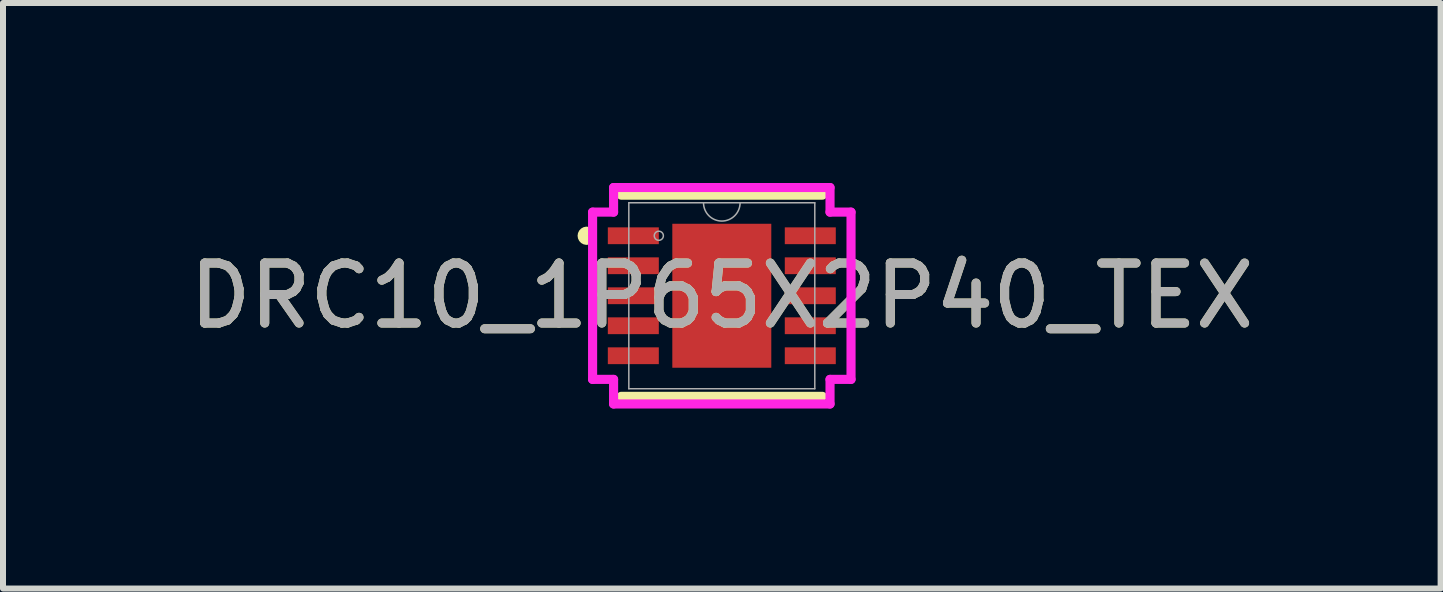
<source format=kicad_pcb>
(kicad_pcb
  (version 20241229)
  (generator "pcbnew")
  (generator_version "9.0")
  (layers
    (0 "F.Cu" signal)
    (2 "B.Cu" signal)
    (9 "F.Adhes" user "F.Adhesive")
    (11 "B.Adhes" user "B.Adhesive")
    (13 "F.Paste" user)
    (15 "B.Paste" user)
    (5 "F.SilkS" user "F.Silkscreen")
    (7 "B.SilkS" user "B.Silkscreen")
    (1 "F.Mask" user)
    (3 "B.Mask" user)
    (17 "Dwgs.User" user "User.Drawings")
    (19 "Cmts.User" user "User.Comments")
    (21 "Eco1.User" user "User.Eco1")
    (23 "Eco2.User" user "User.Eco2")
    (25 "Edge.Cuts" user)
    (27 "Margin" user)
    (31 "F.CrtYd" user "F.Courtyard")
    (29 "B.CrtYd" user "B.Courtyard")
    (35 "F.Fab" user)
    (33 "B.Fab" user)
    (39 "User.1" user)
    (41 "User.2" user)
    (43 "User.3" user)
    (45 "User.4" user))
  (footprint "DRC10_1P65X2P40_TEX"
    (layer "F.Cu")
    (at 8.982 1.88)
    (property "Reference" "DRC10_1P65X2P40_TEX" (at 0 0 0) (unlocked yes) (layer "F.SilkS") (effects (font (size 1 1) (thickness 0.15))))
    (attr smd)
    (fp_poly (pts (xy -0.888 -1.264) (xy -0.594 -1.264) (xy -0.594 1.264) (xy -0.888 1.264)) (stroke (width 0) (type solid)) (fill yes) (layer "F.Mask"))
    (fp_poly (pts (xy -0.888 -1.264) (xy 0.888 -1.264) (xy 0.888 -0.987) (xy -0.888 -0.987)) (stroke (width 0) (type solid)) (fill yes) (layer "F.Mask"))
    (fp_poly (pts (xy -0.888 -0.587) (xy 0.888 -0.587) (xy 0.888 -0.2) (xy -0.888 -0.2)) (stroke (width 0) (type solid)) (fill yes) (layer "F.Mask"))
    (fp_poly (pts (xy -0.888 0.2) (xy 0.888 0.2) (xy 0.888 0.587) (xy -0.888 0.587)) (stroke (width 0) (type solid)) (fill yes) (layer "F.Mask"))
    (fp_poly (pts (xy -0.888 0.987) (xy 0.888 0.987) (xy 0.888 1.264) (xy -0.888 1.264)) (stroke (width 0) (type solid)) (fill yes) (layer "F.Mask"))
    (fp_poly (pts (xy 0.194 -1.264) (xy -0.194 -1.264) (xy -0.194 1.264) (xy 0.194 1.264)) (stroke (width 0) (type solid)) (fill yes) (layer "F.Mask"))
    (fp_poly (pts (xy 0.594 -1.264) (xy 0.888 -1.264) (xy 0.888 1.264) (xy 0.594 1.264)) (stroke (width 0) (type solid)) (fill yes) (layer "F.Mask"))
    (fp_line (start -1.677 1.677) (end 1.677 1.677) (stroke (width 0.152) (type solid)) (layer "F.SilkS"))
    (fp_line (start 1.677 -1.677) (end -1.677 -1.677) (stroke (width 0.152) (type solid)) (layer "F.SilkS"))
    (fp_arc (start -2.232741 -0.926171) (mid -2.3278 -1) (end -2.232741 -1.073829) (stroke (width 0.1524) (type solid)) (layer "F.SilkS"))
    (fp_poly (pts (xy -0.75 -1.125) (xy -0.75 -0.887) (xy -0.635 -0.887) (xy -0.494 -1.029) (xy -0.494 -1.125)) (stroke (width 0) (type solid)) (fill yes) (layer "F.Paste"))
    (fp_poly (pts (xy -0.75 0.887) (xy -0.75 1.125) (xy -0.494 1.125) (xy -0.494 1.029) (xy -0.635 0.887)) (stroke (width 0) (type solid)) (fill yes) (layer "F.Paste"))
    (fp_poly (pts (xy 0.494 -1.125) (xy 0.494 -1.029) (xy 0.635 -0.887) (xy 0.75 -0.887) (xy 0.75 -1.125)) (stroke (width 0) (type solid)) (fill yes) (layer "F.Paste"))
    (fp_poly (pts (xy 0.635 0.887) (xy 0.494 1.029) (xy 0.494 1.125) (xy 0.75 1.125) (xy 0.75 0.887)) (stroke (width 0) (type solid)) (fill yes) (layer "F.Paste"))
    (fp_poly (pts (xy -0.75 -0.687) (xy -0.75 -0.1) (xy -0.635 -0.1) (xy -0.494 -0.241) (xy -0.494 -0.546) (xy -0.635 -0.687)) (stroke (width 0) (type solid)) (fill yes) (layer "F.Paste"))
    (fp_poly (pts (xy -0.75 0.1) (xy -0.75 0.687) (xy -0.635 0.687) (xy -0.494 0.546) (xy -0.494 0.241) (xy -0.635 0.1)) (stroke (width 0) (type solid)) (fill yes) (layer "F.Paste"))
    (fp_poly (pts (xy -0.294 -1.125) (xy -0.294 -1.029) (xy -0.152 -0.887) (xy 0.152 -0.887) (xy 0.294 -1.029) (xy 0.294 -1.125)) (stroke (width 0) (type solid)) (fill yes) (layer "F.Paste"))
    (fp_poly (pts (xy -0.152 0.887) (xy -0.294 1.029) (xy -0.294 1.125) (xy 0.294 1.125) (xy 0.294 1.029) (xy 0.152 0.887)) (stroke (width 0) (type solid)) (fill yes) (layer "F.Paste"))
    (fp_poly (pts (xy 0.635 -0.687) (xy 0.494 -0.546) (xy 0.494 -0.241) (xy 0.635 -0.1) (xy 0.75 -0.1) (xy 0.75 -0.687)) (stroke (width 0) (type solid)) (fill yes) (layer "F.Paste"))
    (fp_poly (pts (xy 0.635 0.1) (xy 0.494 0.241) (xy 0.494 0.546) (xy 0.635 0.687) (xy 0.75 0.687) (xy 0.75 0.1)) (stroke (width 0) (type solid)) (fill yes) (layer "F.Paste"))
    (fp_poly (pts (xy -0.152 -0.687) (xy -0.294 -0.546) (xy -0.294 -0.241) (xy -0.152 -0.1) (xy 0.152 -0.1) (xy 0.294 -0.241) (xy 0.294 -0.546) (xy 0.152 -0.687)) (stroke (width 0) (type solid)) (fill yes) (layer "F.Paste"))
    (fp_poly (pts (xy -0.152 0.1) (xy -0.294 0.241) (xy -0.294 0.546) (xy -0.152 0.687) (xy 0.152 0.687) (xy 0.294 0.546) (xy 0.294 0.241) (xy 0.152 0.1)) (stroke (width 0) (type solid)) (fill yes) (layer "F.Paste"))
    (fp_circle (center -0.394 -0.787) (end -0.203 -0.787) (stroke (width 0.127) (type solid)) (fill no) (layer "Eco1.User"))
    (fp_circle (center -0.394 0) (end -0.203 0) (stroke (width 0.127) (type solid)) (fill no) (layer "Eco1.User"))
    (fp_circle (center -0.394 0.787) (end -0.203 0.787) (stroke (width 0.127) (type solid)) (fill no) (layer "Eco1.User"))
    (fp_circle (center 0.394 -0.787) (end 0.584 -0.787) (stroke (width 0.127) (type solid)) (fill no) (layer "Eco1.User"))
    (fp_circle (center 0.394 0) (end 0.584 0) (stroke (width 0.127) (type solid)) (fill no) (layer "Eco1.User"))
    (fp_circle (center 0.394 0.787) (end 0.584 0.787) (stroke (width 0.127) (type solid)) (fill no) (layer "Eco1.User"))
    (fp_line (start -2.154 -1.394) (end -1.804 -1.394) (stroke (width 0.152) (type solid)) (layer "F.CrtYd"))
    (fp_line (start -2.154 1.394) (end -2.154 -1.394) (stroke (width 0.152) (type solid)) (layer "F.CrtYd"))
    (fp_line (start -2.154 1.394) (end -1.804 1.394) (stroke (width 0.152) (type solid)) (layer "F.CrtYd"))
    (fp_line (start -1.804 -1.804) (end 1.804 -1.804) (stroke (width 0.152) (type solid)) (layer "F.CrtYd"))
    (fp_line (start -1.804 -1.394) (end -1.804 -1.804) (stroke (width 0.152) (type solid)) (layer "F.CrtYd"))
    (fp_line (start -1.804 1.804) (end -1.804 1.394) (stroke (width 0.152) (type solid)) (layer "F.CrtYd"))
    (fp_line (start 1.804 -1.804) (end 1.804 -1.394) (stroke (width 0.152) (type solid)) (layer "F.CrtYd"))
    (fp_line (start 1.804 1.394) (end 1.804 1.804) (stroke (width 0.152) (type solid)) (layer "F.CrtYd"))
    (fp_line (start 1.804 1.804) (end -1.804 1.804) (stroke (width 0.152) (type solid)) (layer "F.CrtYd"))
    (fp_line (start 2.154 -1.394) (end 1.804 -1.394) (stroke (width 0.152) (type solid)) (layer "F.CrtYd"))
    (fp_line (start 2.154 -1.394) (end 2.154 1.394) (stroke (width 0.152) (type solid)) (layer "F.CrtYd"))
    (fp_line (start 2.154 1.394) (end 1.804 1.394) (stroke (width 0.152) (type solid)) (layer "F.CrtYd"))
    (fp_line (start -1.55 -1.55) (end -1.55 1.55) (stroke (width 0.025) (type solid)) (layer "F.Fab"))
    (fp_line (start -1.55 1.55) (end 1.55 1.55) (stroke (width 0.025) (type solid)) (layer "F.Fab"))
    (fp_line (start 1.55 -1.55) (end -1.55 -1.55) (stroke (width 0.025) (type solid)) (layer "F.Fab"))
    (fp_line (start 1.55 1.55) (end 1.55 -1.55) (stroke (width 0.025) (type solid)) (layer "F.Fab"))
    (fp_arc (start 0.3048 -1.549999) (mid 0 -1.245199) (end -0.3048 -1.549999) (stroke (width 0.0254) (type solid)) (layer "F.Fab"))
    (fp_circle (center -1.05 -1) (end -0.974 -1) (stroke (width 0.025) (type solid)) (fill no) (layer "F.Fab"))
    (fp_text user "${REFERENCE}" (at 0 0 0) (unlocked yes) (layer "F.Fab") (effects (font (size 1 1) (thickness 0.15))))
    (pad "1" smd rect (at -1.475 -1) (size 0.85 0.28) (layers "F.Cu" "F.Mask" "F.Paste"))
    (pad "2" smd rect (at -1.475 -0.5) (size 0.85 0.28) (layers "F.Cu" "F.Mask" "F.Paste"))
    (pad "3" smd rect (at -1.475 0) (size 0.85 0.28) (layers "F.Cu" "F.Mask" "F.Paste"))
    (pad "4" smd rect (at -1.475 0.5) (size 0.85 0.28) (layers "F.Cu" "F.Mask" "F.Paste"))
    (pad "5" smd rect (at -1.475 1) (size 0.85 0.28) (layers "F.Cu" "F.Mask" "F.Paste"))
    (pad "6" smd rect (at 1.475 1) (size 0.85 0.28) (layers "F.Cu" "F.Mask" "F.Paste"))
    (pad "7" smd rect (at 1.475 0.5) (size 0.85 0.28) (layers "F.Cu" "F.Mask" "F.Paste"))
    (pad "8" smd rect (at 1.475 0) (size 0.85 0.28) (layers "F.Cu" "F.Mask" "F.Paste"))
    (pad "9" smd rect (at 1.475 -0.5) (size 0.85 0.28) (layers "F.Cu" "F.Mask" "F.Paste"))
    (pad "10" smd rect (at 1.475 -1) (size 0.85 0.28) (layers "F.Cu" "F.Mask" "F.Paste"))
    (pad "11" smd rect (at 0 0) (size 1.65 2.4) (layers "F.Cu")))
  (gr_rect
    (start -3 -3)
    (end 20.964 6.76)
    (stroke (width 0.1) (type default))
    (fill no)
    (layer "Edge.Cuts")))
</source>
